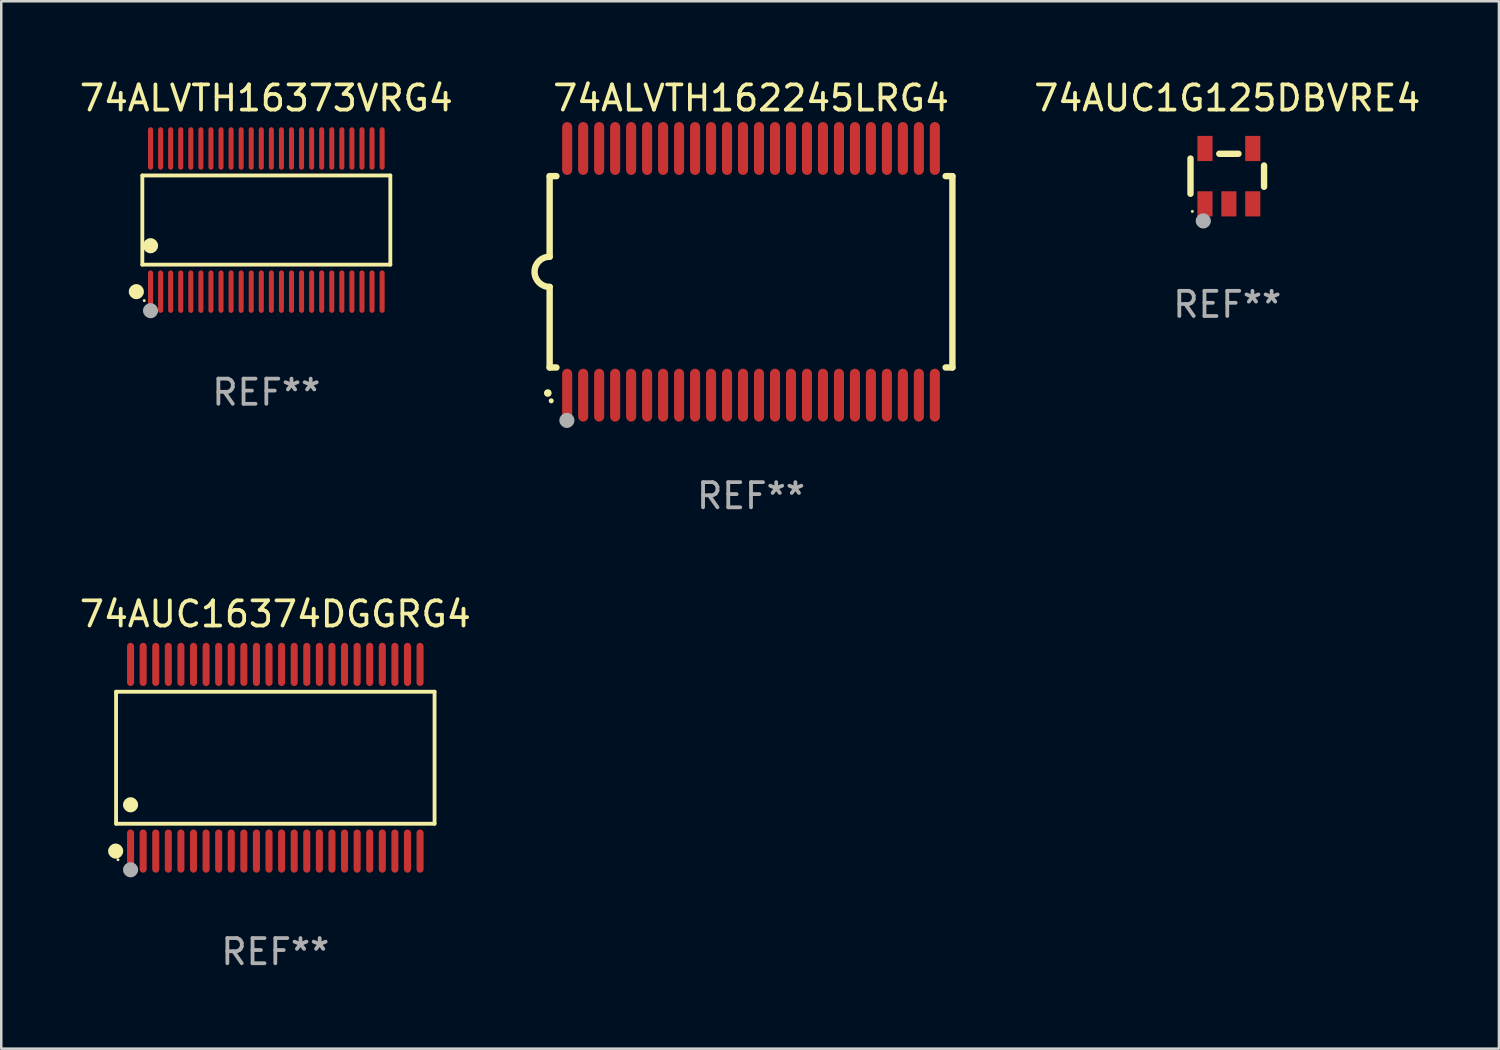
<source format=kicad_pcb>
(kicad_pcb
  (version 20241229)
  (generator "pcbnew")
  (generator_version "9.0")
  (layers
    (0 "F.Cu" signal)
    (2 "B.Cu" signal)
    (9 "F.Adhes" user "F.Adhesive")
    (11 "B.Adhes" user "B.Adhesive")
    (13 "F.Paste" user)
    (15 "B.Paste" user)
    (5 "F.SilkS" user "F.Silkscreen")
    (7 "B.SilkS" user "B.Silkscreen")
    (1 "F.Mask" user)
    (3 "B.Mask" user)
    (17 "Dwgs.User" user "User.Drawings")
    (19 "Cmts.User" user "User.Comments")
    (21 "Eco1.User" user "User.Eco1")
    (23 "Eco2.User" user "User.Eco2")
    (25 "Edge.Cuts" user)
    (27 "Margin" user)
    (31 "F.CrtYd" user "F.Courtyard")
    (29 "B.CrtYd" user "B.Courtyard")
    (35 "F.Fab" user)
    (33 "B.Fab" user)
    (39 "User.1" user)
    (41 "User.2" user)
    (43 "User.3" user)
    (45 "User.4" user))
  (footprint "74ALVTH16373VRG4"
    (layer "F.Cu")
    (at 7.53 5.692)
    (property "Reference" "74ALVTH16373VRG4" (at 0 -4.844 0) (layer "F.SilkS") (effects (font (size 1 1) (thickness 0.15))))
    (attr through_hole)
    (fp_line (start -4.926 -1.771) (end 4.926 -1.771) (stroke (width 0.152) (type solid)) (layer "F.SilkS"))
    (fp_line (start -4.926 1.771) (end -4.926 -1.771) (stroke (width 0.152) (type solid)) (layer "F.SilkS"))
    (fp_line (start 4.926 -1.771) (end 4.926 1.771) (stroke (width 0.152) (type solid)) (layer "F.SilkS"))
    (fp_line (start 4.926 1.771) (end -4.926 1.771) (stroke (width 0.152) (type solid)) (layer "F.SilkS"))
    (fp_circle (center -5.164 2.844) (end -5.014 2.844) (stroke (width 0.3) (type solid)) (fill no) (layer "F.SilkS"))
    (fp_circle (center -4.85 3.2) (end -4.82 3.2) (stroke (width 0.06) (type solid)) (fill no) (layer "F.SilkS"))
    (fp_circle (center -4.6 1.019) (end -4.45 1.019) (stroke (width 0.3) (type solid)) (fill no) (layer "F.SilkS"))
    (fp_circle (center -4.6 3.6) (end -4.45 3.6) (stroke (width 0.3) (type solid)) (fill no) (layer "F.Fab"))
    (fp_text user "REF**" (at 0 6.844 0) (layer "F.Fab") (effects (font (size 1 1) (thickness 0.15))))
    (pad "1" smd oval (at -4.6 2.844) (size 0.2 1.687) (layers "F.Cu" "F.Mask" "F.Paste"))
    (pad "2" smd oval (at -4.2 2.844) (size 0.2 1.687) (layers "F.Cu" "F.Mask" "F.Paste"))
    (pad "3" smd oval (at -3.8 2.844) (size 0.2 1.687) (layers "F.Cu" "F.Mask" "F.Paste"))
    (pad "4" smd oval (at -3.4 2.844) (size 0.2 1.687) (layers "F.Cu" "F.Mask" "F.Paste"))
    (pad "5" smd oval (at -3 2.844) (size 0.2 1.687) (layers "F.Cu" "F.Mask" "F.Paste"))
    (pad "6" smd oval (at -2.6 2.844) (size 0.2 1.687) (layers "F.Cu" "F.Mask" "F.Paste"))
    (pad "7" smd oval (at -2.2 2.844) (size 0.2 1.687) (layers "F.Cu" "F.Mask" "F.Paste"))
    (pad "8" smd oval (at -1.8 2.844) (size 0.2 1.687) (layers "F.Cu" "F.Mask" "F.Paste"))
    (pad "9" smd oval (at -1.4 2.844) (size 0.2 1.687) (layers "F.Cu" "F.Mask" "F.Paste"))
    (pad "10" smd oval (at -1 2.844) (size 0.2 1.687) (layers "F.Cu" "F.Mask" "F.Paste"))
    (pad "11" smd oval (at -0.6 2.844) (size 0.2 1.687) (layers "F.Cu" "F.Mask" "F.Paste"))
    (pad "12" smd oval (at -0.2 2.844) (size 0.2 1.687) (layers "F.Cu" "F.Mask" "F.Paste"))
    (pad "13" smd oval (at 0.2 2.844) (size 0.2 1.687) (layers "F.Cu" "F.Mask" "F.Paste"))
    (pad "14" smd oval (at 0.6 2.844) (size 0.2 1.687) (layers "F.Cu" "F.Mask" "F.Paste"))
    (pad "15" smd oval (at 1 2.844) (size 0.2 1.687) (layers "F.Cu" "F.Mask" "F.Paste"))
    (pad "16" smd oval (at 1.4 2.844) (size 0.2 1.687) (layers "F.Cu" "F.Mask" "F.Paste"))
    (pad "17" smd oval (at 1.8 2.844) (size 0.2 1.687) (layers "F.Cu" "F.Mask" "F.Paste"))
    (pad "18" smd oval (at 2.2 2.844) (size 0.2 1.687) (layers "F.Cu" "F.Mask" "F.Paste"))
    (pad "19" smd oval (at 2.6 2.844) (size 0.2 1.687) (layers "F.Cu" "F.Mask" "F.Paste"))
    (pad "20" smd oval (at 3 2.844) (size 0.2 1.687) (layers "F.Cu" "F.Mask" "F.Paste"))
    (pad "21" smd oval (at 3.4 2.844) (size 0.2 1.687) (layers "F.Cu" "F.Mask" "F.Paste"))
    (pad "22" smd oval (at 3.8 2.844) (size 0.2 1.687) (layers "F.Cu" "F.Mask" "F.Paste"))
    (pad "23" smd oval (at 4.2 2.844) (size 0.2 1.687) (layers "F.Cu" "F.Mask" "F.Paste"))
    (pad "24" smd oval (at 4.6 2.844) (size 0.2 1.687) (layers "F.Cu" "F.Mask" "F.Paste"))
    (pad "25" smd oval (at 4.6 -2.844) (size 0.2 1.687) (layers "F.Cu" "F.Mask" "F.Paste"))
    (pad "26" smd oval (at 4.2 -2.844) (size 0.2 1.687) (layers "F.Cu" "F.Mask" "F.Paste"))
    (pad "27" smd oval (at 3.8 -2.844) (size 0.2 1.687) (layers "F.Cu" "F.Mask" "F.Paste"))
    (pad "28" smd oval (at 3.4 -2.844) (size 0.2 1.687) (layers "F.Cu" "F.Mask" "F.Paste"))
    (pad "29" smd oval (at 3 -2.844) (size 0.2 1.687) (layers "F.Cu" "F.Mask" "F.Paste"))
    (pad "30" smd oval (at 2.6 -2.844) (size 0.2 1.687) (layers "F.Cu" "F.Mask" "F.Paste"))
    (pad "31" smd oval (at 2.2 -2.844) (size 0.2 1.687) (layers "F.Cu" "F.Mask" "F.Paste"))
    (pad "32" smd oval (at 1.8 -2.844) (size 0.2 1.687) (layers "F.Cu" "F.Mask" "F.Paste"))
    (pad "33" smd oval (at 1.4 -2.844) (size 0.2 1.687) (layers "F.Cu" "F.Mask" "F.Paste"))
    (pad "34" smd oval (at 1 -2.844) (size 0.2 1.687) (layers "F.Cu" "F.Mask" "F.Paste"))
    (pad "35" smd oval (at 0.6 -2.844) (size 0.2 1.687) (layers "F.Cu" "F.Mask" "F.Paste"))
    (pad "36" smd oval (at 0.2 -2.844) (size 0.2 1.687) (layers "F.Cu" "F.Mask" "F.Paste"))
    (pad "37" smd oval (at -0.2 -2.844) (size 0.2 1.687) (layers "F.Cu" "F.Mask" "F.Paste"))
    (pad "38" smd oval (at -0.6 -2.844) (size 0.2 1.687) (layers "F.Cu" "F.Mask" "F.Paste"))
    (pad "39" smd oval (at -1 -2.844) (size 0.2 1.687) (layers "F.Cu" "F.Mask" "F.Paste"))
    (pad "40" smd oval (at -1.4 -2.844) (size 0.2 1.687) (layers "F.Cu" "F.Mask" "F.Paste"))
    (pad "41" smd oval (at -1.8 -2.844) (size 0.2 1.687) (layers "F.Cu" "F.Mask" "F.Paste"))
    (pad "42" smd oval (at -2.2 -2.844) (size 0.2 1.687) (layers "F.Cu" "F.Mask" "F.Paste"))
    (pad "43" smd oval (at -2.6 -2.844) (size 0.2 1.687) (layers "F.Cu" "F.Mask" "F.Paste"))
    (pad "44" smd oval (at -3 -2.844) (size 0.2 1.687) (layers "F.Cu" "F.Mask" "F.Paste"))
    (pad "45" smd oval (at -3.4 -2.844) (size 0.2 1.687) (layers "F.Cu" "F.Mask" "F.Paste"))
    (pad "46" smd oval (at -3.8 -2.844) (size 0.2 1.687) (layers "F.Cu" "F.Mask" "F.Paste"))
    (pad "47" smd oval (at -4.2 -2.844) (size 0.2 1.687) (layers "F.Cu" "F.Mask" "F.Paste"))
    (pad "48" smd oval (at -4.6 -2.844) (size 0.2 1.687) (layers "F.Cu" "F.Mask" "F.Paste")))
  (footprint "74AUC1G125DBVRE4"
    (layer "F.Cu")
    (at 45.704 3.948)
    (property "Reference" "74AUC1G125DBVRE4" (at 0 -3.1 0) (layer "F.SilkS") (effects (font (size 1 1) (thickness 0.15))))
    (attr through_hole)
    (fp_line (start -1.461 -0.699) (end -1.461 0.699) (stroke (width 0.254) (type solid)) (layer "F.SilkS"))
    (fp_line (start -0.318 -0.889) (end 0.445 -0.889) (stroke (width 0.254) (type solid)) (layer "F.SilkS"))
    (fp_line (start 1.461 -0.422) (end 1.461 0.422) (stroke (width 0.254) (type solid)) (layer "F.SilkS"))
    (fp_circle (center -1.387 1.4) (end -1.357 1.4) (stroke (width 0.06) (type solid)) (fill no) (layer "F.SilkS"))
    (fp_circle (center -0.953 1.778) (end -0.802 1.778) (stroke (width 0.3) (type solid)) (fill no) (layer "F.Fab"))
    (fp_text user "REF**" (at 0 5.1 0) (layer "F.Fab") (effects (font (size 1 1) (thickness 0.15))))
    (pad "1" smd rect (at -0.886 1.1) (size 0.6 1) (layers "F.Cu" "F.Mask" "F.Paste"))
    (pad "2" smd rect (at 0.064 1.1) (size 0.6 1) (layers "F.Cu" "F.Mask" "F.Paste"))
    (pad "3" smd rect (at 1.013 1.1) (size 0.6 1) (layers "F.Cu" "F.Mask" "F.Paste"))
    (pad "4" smd rect (at 1.013 -1.1) (size 0.6 1) (layers "F.Cu" "F.Mask" "F.Paste"))
    (pad "5" smd rect (at -0.886 -1.1) (size 0.6 1) (layers "F.Cu" "F.Mask" "F.Paste")))
  (footprint "74AUC16374DGGRG4"
    (layer "F.Cu")
    (at 7.887 27.052)
    (property "Reference" "74AUC16374DGGRG4" (at 0 -5.708 0) (layer "F.SilkS") (effects (font (size 1 1) (thickness 0.15))))
    (attr through_hole)
    (fp_line (start -6.326 -2.622) (end 6.326 -2.622) (stroke (width 0.152) (type solid)) (layer "F.SilkS"))
    (fp_line (start -6.326 2.621) (end -6.326 -2.622) (stroke (width 0.152) (type solid)) (layer "F.SilkS"))
    (fp_line (start 6.326 -2.622) (end 6.326 2.621) (stroke (width 0.152) (type solid)) (layer "F.SilkS"))
    (fp_line (start 6.326 2.621) (end -6.326 2.621) (stroke (width 0.152) (type solid)) (layer "F.SilkS"))
    (fp_circle (center -6.342 3.708) (end -6.192 3.708) (stroke (width 0.3) (type solid)) (fill no) (layer "F.SilkS"))
    (fp_circle (center -6.25 4.05) (end -6.22 4.05) (stroke (width 0.06) (type solid)) (fill no) (layer "F.SilkS"))
    (fp_circle (center -5.75 1.869) (end -5.6 1.869) (stroke (width 0.3) (type solid)) (fill no) (layer "F.SilkS"))
    (fp_circle (center -5.75 4.45) (end -5.6 4.45) (stroke (width 0.3) (type solid)) (fill no) (layer "F.Fab"))
    (fp_text user "REF**" (at 0 7.708 0) (layer "F.Fab") (effects (font (size 1 1) (thickness 0.15))))
    (pad "1" smd oval (at -5.75 3.708) (size 0.28 1.715) (layers "F.Cu" "F.Mask" "F.Paste"))
    (pad "2" smd oval (at -5.25 3.708) (size 0.28 1.715) (layers "F.Cu" "F.Mask" "F.Paste"))
    (pad "3" smd oval (at -4.75 3.708) (size 0.28 1.715) (layers "F.Cu" "F.Mask" "F.Paste"))
    (pad "4" smd oval (at -4.25 3.708) (size 0.28 1.715) (layers "F.Cu" "F.Mask" "F.Paste"))
    (pad "5" smd oval (at -3.75 3.708) (size 0.28 1.715) (layers "F.Cu" "F.Mask" "F.Paste"))
    (pad "6" smd oval (at -3.25 3.708) (size 0.28 1.715) (layers "F.Cu" "F.Mask" "F.Paste"))
    (pad "7" smd oval (at -2.75 3.708) (size 0.28 1.715) (layers "F.Cu" "F.Mask" "F.Paste"))
    (pad "8" smd oval (at -2.25 3.708) (size 0.28 1.715) (layers "F.Cu" "F.Mask" "F.Paste"))
    (pad "9" smd oval (at -1.75 3.708) (size 0.28 1.715) (layers "F.Cu" "F.Mask" "F.Paste"))
    (pad "10" smd oval (at -1.25 3.708) (size 0.28 1.715) (layers "F.Cu" "F.Mask" "F.Paste"))
    (pad "11" smd oval (at -0.75 3.708) (size 0.28 1.715) (layers "F.Cu" "F.Mask" "F.Paste"))
    (pad "12" smd oval (at -0.25 3.708) (size 0.28 1.715) (layers "F.Cu" "F.Mask" "F.Paste"))
    (pad "13" smd oval (at 0.25 3.708) (size 0.28 1.715) (layers "F.Cu" "F.Mask" "F.Paste"))
    (pad "14" smd oval (at 0.75 3.708) (size 0.28 1.715) (layers "F.Cu" "F.Mask" "F.Paste"))
    (pad "15" smd oval (at 1.25 3.708) (size 0.28 1.715) (layers "F.Cu" "F.Mask" "F.Paste"))
    (pad "16" smd oval (at 1.75 3.708) (size 0.28 1.715) (layers "F.Cu" "F.Mask" "F.Paste"))
    (pad "17" smd oval (at 2.25 3.708) (size 0.28 1.715) (layers "F.Cu" "F.Mask" "F.Paste"))
    (pad "18" smd oval (at 2.75 3.708) (size 0.28 1.715) (layers "F.Cu" "F.Mask" "F.Paste"))
    (pad "19" smd oval (at 3.25 3.708) (size 0.28 1.715) (layers "F.Cu" "F.Mask" "F.Paste"))
    (pad "20" smd oval (at 3.75 3.708) (size 0.28 1.715) (layers "F.Cu" "F.Mask" "F.Paste"))
    (pad "21" smd oval (at 4.25 3.708) (size 0.28 1.715) (layers "F.Cu" "F.Mask" "F.Paste"))
    (pad "22" smd oval (at 4.75 3.708) (size 0.28 1.715) (layers "F.Cu" "F.Mask" "F.Paste"))
    (pad "23" smd oval (at 5.25 3.708) (size 0.28 1.715) (layers "F.Cu" "F.Mask" "F.Paste"))
    (pad "24" smd oval (at 5.75 3.708) (size 0.28 1.715) (layers "F.Cu" "F.Mask" "F.Paste"))
    (pad "25" smd oval (at 5.75 -3.708) (size 0.28 1.715) (layers "F.Cu" "F.Mask" "F.Paste"))
    (pad "26" smd oval (at 5.25 -3.708) (size 0.28 1.715) (layers "F.Cu" "F.Mask" "F.Paste"))
    (pad "27" smd oval (at 4.75 -3.708) (size 0.28 1.715) (layers "F.Cu" "F.Mask" "F.Paste"))
    (pad "28" smd oval (at 4.25 -3.708) (size 0.28 1.715) (layers "F.Cu" "F.Mask" "F.Paste"))
    (pad "29" smd oval (at 3.75 -3.708) (size 0.28 1.715) (layers "F.Cu" "F.Mask" "F.Paste"))
    (pad "30" smd oval (at 3.25 -3.708) (size 0.28 1.715) (layers "F.Cu" "F.Mask" "F.Paste"))
    (pad "31" smd oval (at 2.75 -3.708) (size 0.28 1.715) (layers "F.Cu" "F.Mask" "F.Paste"))
    (pad "32" smd oval (at 2.25 -3.708) (size 0.28 1.715) (layers "F.Cu" "F.Mask" "F.Paste"))
    (pad "33" smd oval (at 1.75 -3.708) (size 0.28 1.715) (layers "F.Cu" "F.Mask" "F.Paste"))
    (pad "34" smd oval (at 1.25 -3.708) (size 0.28 1.715) (layers "F.Cu" "F.Mask" "F.Paste"))
    (pad "35" smd oval (at 0.75 -3.708) (size 0.28 1.715) (layers "F.Cu" "F.Mask" "F.Paste"))
    (pad "36" smd oval (at 0.25 -3.708) (size 0.28 1.715) (layers "F.Cu" "F.Mask" "F.Paste"))
    (pad "37" smd oval (at -0.25 -3.708) (size 0.28 1.715) (layers "F.Cu" "F.Mask" "F.Paste"))
    (pad "38" smd oval (at -0.75 -3.708) (size 0.28 1.715) (layers "F.Cu" "F.Mask" "F.Paste"))
    (pad "39" smd oval (at -1.25 -3.708) (size 0.28 1.715) (layers "F.Cu" "F.Mask" "F.Paste"))
    (pad "40" smd oval (at -1.75 -3.708) (size 0.28 1.715) (layers "F.Cu" "F.Mask" "F.Paste"))
    (pad "41" smd oval (at -2.25 -3.708) (size 0.28 1.715) (layers "F.Cu" "F.Mask" "F.Paste"))
    (pad "42" smd oval (at -2.75 -3.708) (size 0.28 1.715) (layers "F.Cu" "F.Mask" "F.Paste"))
    (pad "43" smd oval (at -3.25 -3.708) (size 0.28 1.715) (layers "F.Cu" "F.Mask" "F.Paste"))
    (pad "44" smd oval (at -3.75 -3.708) (size 0.28 1.715) (layers "F.Cu" "F.Mask" "F.Paste"))
    (pad "45" smd oval (at -4.25 -3.708) (size 0.28 1.715) (layers "F.Cu" "F.Mask" "F.Paste"))
    (pad "46" smd oval (at -4.75 -3.708) (size 0.28 1.715) (layers "F.Cu" "F.Mask" "F.Paste"))
    (pad "47" smd oval (at -5.25 -3.708) (size 0.28 1.715) (layers "F.Cu" "F.Mask" "F.Paste"))
    (pad "48" smd oval (at -5.75 -3.708) (size 0.28 1.715) (layers "F.Cu" "F.Mask" "F.Paste")))
  (footprint "74ALVTH162245LRG4"
    (layer "F.Cu")
    (at 26.785 7.748)
    (property "Reference" "74ALVTH162245LRG4" (at 0 -6.9 0) (layer "F.SilkS") (effects (font (size 1 1) (thickness 0.15))))
    (attr through_hole)
    (fp_line (start -8 -3.8) (end -8 -0.599) (stroke (width 0.254) (type solid)) (layer "F.SilkS"))
    (fp_line (start -8 -3.8) (end -7.731 -3.8) (stroke (width 0.254) (type solid)) (layer "F.SilkS"))
    (fp_line (start -8 3.8) (end -8 0.599) (stroke (width 0.254) (type solid)) (layer "F.SilkS"))
    (fp_line (start -7.731 3.8) (end -8 3.8) (stroke (width 0.254) (type solid)) (layer "F.SilkS"))
    (fp_line (start 7.731 -3.8) (end 8 -3.8) (stroke (width 0.254) (type solid)) (layer "F.SilkS"))
    (fp_line (start 8 -3.8) (end 8 3.8) (stroke (width 0.254) (type solid)) (layer "F.SilkS"))
    (fp_line (start 8 3.8) (end 7.731 3.8) (stroke (width 0.254) (type solid)) (layer "F.SilkS"))
    (fp_arc (start -8.074676 4.81585) (mid -8.073406 4.815845) (end -8.072136 4.81585) (stroke (width 0.3) (type solid)) (layer "F.SilkS"))
    (fp_arc (start -8.000025 0.6) (mid -8.598908 0.00056) (end -8.000027 -0.598882) (stroke (width 0.254001) (type solid)) (layer "F.SilkS"))
    (fp_circle (center -7.937 5.125) (end -7.887 5.125) (stroke (width 0.1) (type solid)) (fill no) (layer "F.SilkS"))
    (fp_circle (center -7.315 5.903) (end -7.165 5.903) (stroke (width 0.3) (type solid)) (fill no) (layer "F.Fab"))
    (fp_text user "REF**" (at 0 8.9 0) (layer "F.Fab") (effects (font (size 1 1) (thickness 0.15))))
    (pad "1" smd oval (at -7.303 4.9) (size 0.4 2.1) (layers "F.Cu" "F.Mask" "F.Paste"))
    (pad "2" smd oval (at -6.668 4.9) (size 0.4 2.1) (layers "F.Cu" "F.Mask" "F.Paste"))
    (pad "3" smd oval (at -6.033 4.9) (size 0.4 2.1) (layers "F.Cu" "F.Mask" "F.Paste"))
    (pad "4" smd oval (at -5.398 4.9) (size 0.4 2.1) (layers "F.Cu" "F.Mask" "F.Paste"))
    (pad "5" smd oval (at -4.763 4.9) (size 0.4 2.1) (layers "F.Cu" "F.Mask" "F.Paste"))
    (pad "6" smd oval (at -4.128 4.9) (size 0.4 2.1) (layers "F.Cu" "F.Mask" "F.Paste"))
    (pad "7" smd oval (at -3.493 4.9) (size 0.4 2.1) (layers "F.Cu" "F.Mask" "F.Paste"))
    (pad "8" smd oval (at -2.858 4.9) (size 0.4 2.1) (layers "F.Cu" "F.Mask" "F.Paste"))
    (pad "9" smd oval (at -2.223 4.9) (size 0.4 2.1) (layers "F.Cu" "F.Mask" "F.Paste"))
    (pad "10" smd oval (at -1.588 4.9) (size 0.4 2.1) (layers "F.Cu" "F.Mask" "F.Paste"))
    (pad "11" smd oval (at -0.953 4.9) (size 0.4 2.1) (layers "F.Cu" "F.Mask" "F.Paste"))
    (pad "12" smd oval (at -0.318 4.9) (size 0.4 2.1) (layers "F.Cu" "F.Mask" "F.Paste"))
    (pad "13" smd oval (at 0.318 4.9) (size 0.4 2.1) (layers "F.Cu" "F.Mask" "F.Paste"))
    (pad "14" smd oval (at 0.953 4.9) (size 0.4 2.1) (layers "F.Cu" "F.Mask" "F.Paste"))
    (pad "15" smd oval (at 1.588 4.9) (size 0.4 2.1) (layers "F.Cu" "F.Mask" "F.Paste"))
    (pad "16" smd oval (at 2.223 4.9) (size 0.4 2.1) (layers "F.Cu" "F.Mask" "F.Paste"))
    (pad "17" smd oval (at 2.858 4.9) (size 0.4 2.1) (layers "F.Cu" "F.Mask" "F.Paste"))
    (pad "18" smd oval (at 3.493 4.9) (size 0.4 2.1) (layers "F.Cu" "F.Mask" "F.Paste"))
    (pad "19" smd oval (at 4.128 4.9) (size 0.4 2.1) (layers "F.Cu" "F.Mask" "F.Paste"))
    (pad "20" smd oval (at 4.763 4.9) (size 0.4 2.1) (layers "F.Cu" "F.Mask" "F.Paste"))
    (pad "21" smd oval (at 5.398 4.9) (size 0.4 2.1) (layers "F.Cu" "F.Mask" "F.Paste"))
    (pad "22" smd oval (at 6.033 4.9) (size 0.4 2.1) (layers "F.Cu" "F.Mask" "F.Paste"))
    (pad "23" smd oval (at 6.668 4.9) (size 0.4 2.1) (layers "F.Cu" "F.Mask" "F.Paste"))
    (pad "24" smd oval (at 7.303 4.9) (size 0.4 2.1) (layers "F.Cu" "F.Mask" "F.Paste"))
    (pad "25" smd oval (at 7.303 -4.9 180) (size 0.4 2.1) (layers "F.Cu" "F.Mask" "F.Paste"))
    (pad "26" smd oval (at 6.668 -4.9 180) (size 0.4 2.1) (layers "F.Cu" "F.Mask" "F.Paste"))
    (pad "27" smd oval (at 6.033 -4.9 180) (size 0.4 2.1) (layers "F.Cu" "F.Mask" "F.Paste"))
    (pad "28" smd oval (at 5.398 -4.9 180) (size 0.4 2.1) (layers "F.Cu" "F.Mask" "F.Paste"))
    (pad "29" smd oval (at 4.763 -4.9 180) (size 0.4 2.1) (layers "F.Cu" "F.Mask" "F.Paste"))
    (pad "30" smd oval (at 4.128 -4.9 180) (size 0.4 2.1) (layers "F.Cu" "F.Mask" "F.Paste"))
    (pad "31" smd oval (at 3.493 -4.9 180) (size 0.4 2.1) (layers "F.Cu" "F.Mask" "F.Paste"))
    (pad "32" smd oval (at 2.858 -4.9 180) (size 0.4 2.1) (layers "F.Cu" "F.Mask" "F.Paste"))
    (pad "33" smd oval (at 2.223 -4.9 180) (size 0.4 2.1) (layers "F.Cu" "F.Mask" "F.Paste"))
    (pad "34" smd oval (at 1.588 -4.9 180) (size 0.4 2.1) (layers "F.Cu" "F.Mask" "F.Paste"))
    (pad "35" smd oval (at 0.953 -4.9 180) (size 0.4 2.1) (layers "F.Cu" "F.Mask" "F.Paste"))
    (pad "36" smd oval (at 0.318 -4.9 180) (size 0.4 2.1) (layers "F.Cu" "F.Mask" "F.Paste"))
    (pad "37" smd oval (at -0.318 -4.9 180) (size 0.4 2.1) (layers "F.Cu" "F.Mask" "F.Paste"))
    (pad "38" smd oval (at -0.953 -4.9 180) (size 0.4 2.1) (layers "F.Cu" "F.Mask" "F.Paste"))
    (pad "39" smd oval (at -1.588 -4.9 180) (size 0.4 2.1) (layers "F.Cu" "F.Mask" "F.Paste"))
    (pad "40" smd oval (at -2.223 -4.9 180) (size 0.4 2.1) (layers "F.Cu" "F.Mask" "F.Paste"))
    (pad "41" smd oval (at -2.858 -4.9 180) (size 0.4 2.1) (layers "F.Cu" "F.Mask" "F.Paste"))
    (pad "42" smd oval (at -3.493 -4.9 180) (size 0.4 2.1) (layers "F.Cu" "F.Mask" "F.Paste"))
    (pad "43" smd oval (at -4.128 -4.9 180) (size 0.4 2.1) (layers "F.Cu" "F.Mask" "F.Paste"))
    (pad "44" smd oval (at -4.763 -4.9 180) (size 0.4 2.1) (layers "F.Cu" "F.Mask" "F.Paste"))
    (pad "45" smd oval (at -5.398 -4.9 180) (size 0.4 2.1) (layers "F.Cu" "F.Mask" "F.Paste"))
    (pad "46" smd oval (at -6.033 -4.9 180) (size 0.4 2.1) (layers "F.Cu" "F.Mask" "F.Paste"))
    (pad "47" smd oval (at -6.668 -4.9 180) (size 0.4 2.1) (layers "F.Cu" "F.Mask" "F.Paste"))
    (pad "48" smd oval (at -7.303 -4.9 180) (size 0.4 2.1) (layers "F.Cu" "F.Mask" "F.Paste")))
  (gr_rect
    (start -3 -3)
    (end 56.496 38.608)
    (stroke (width 0.1) (type default))
    (fill no)
    (layer "Edge.Cuts")))
</source>
